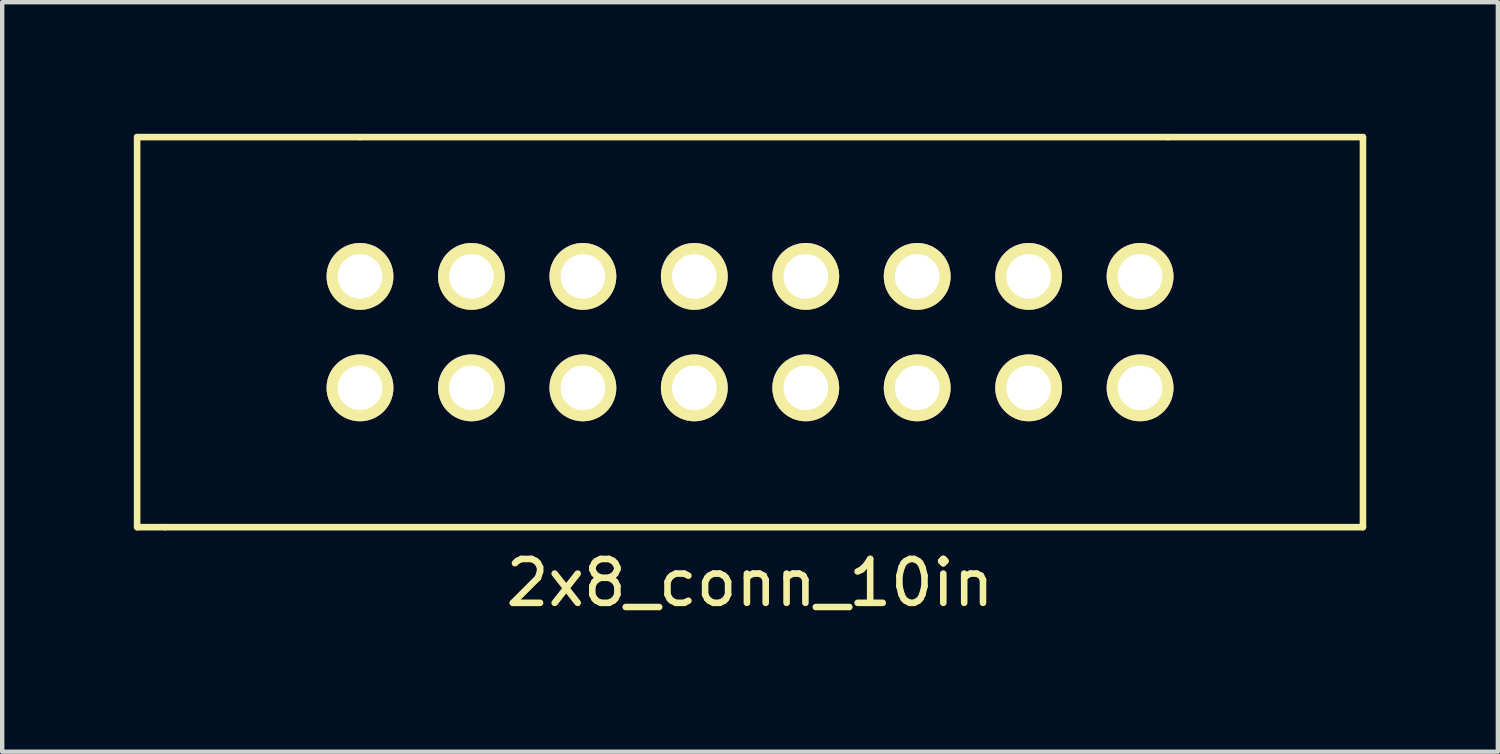
<source format=kicad_pcb>
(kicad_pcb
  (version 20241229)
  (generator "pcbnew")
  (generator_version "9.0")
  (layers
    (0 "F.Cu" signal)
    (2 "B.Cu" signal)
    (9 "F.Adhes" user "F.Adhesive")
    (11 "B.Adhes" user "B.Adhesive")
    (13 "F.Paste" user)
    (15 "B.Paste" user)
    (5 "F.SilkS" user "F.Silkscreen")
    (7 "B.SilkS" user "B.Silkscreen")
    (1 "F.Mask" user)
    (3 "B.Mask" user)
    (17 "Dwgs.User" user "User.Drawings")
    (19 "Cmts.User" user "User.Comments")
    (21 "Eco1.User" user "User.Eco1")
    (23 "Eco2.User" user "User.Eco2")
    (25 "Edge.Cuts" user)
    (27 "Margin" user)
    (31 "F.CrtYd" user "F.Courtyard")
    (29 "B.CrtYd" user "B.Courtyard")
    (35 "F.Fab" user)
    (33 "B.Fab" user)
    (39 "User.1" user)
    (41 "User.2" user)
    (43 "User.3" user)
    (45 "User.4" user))
  (footprint "2x8_conn_10in"
    (layer "F.Cu")
    (at 14.045 4.52)
    (property "Reference" "2x8_conn_10in" (at 0 5.715 0) (layer "F.SilkS") (effects (font (size 1 1) (thickness 0.15))))
    (attr through_hole)
    (fp_line (start -13.97 -4.445) (end -8.89 -4.445) (stroke (width 0.15) (type solid)) (layer "F.SilkS"))
    (fp_line (start -13.97 4.445) (end -13.97 -4.445) (stroke (width 0.15) (type solid)) (layer "F.SilkS"))
    (fp_line (start -13.335 4.445) (end -13.97 4.445) (stroke (width 0.15) (type solid)) (layer "F.SilkS"))
    (fp_line (start -8.89 -4.445) (end 9.525 -4.445) (stroke (width 0.15) (type solid)) (layer "F.SilkS"))
    (fp_line (start 9.525 -4.445) (end 13.97 -4.445) (stroke (width 0.15) (type solid)) (layer "F.SilkS"))
    (fp_line (start 13.97 -4.445) (end 13.97 4.445) (stroke (width 0.15) (type solid)) (layer "F.SilkS"))
    (fp_line (start 13.97 4.445) (end -13.335 4.445) (stroke (width 0.15) (type solid)) (layer "F.SilkS"))
    (pad "1" thru_hole circle (at -8.89 1.27) (size 1.524 1.524) (drill 1.016) (layers "*.Cu" "*.Mask" "F.SilkS"))
    (pad "2" thru_hole circle (at -8.89 -1.27) (size 1.524 1.524) (drill 1.016) (layers "*.Cu" "*.Mask" "F.SilkS"))
    (pad "3" thru_hole circle (at -6.35 1.27) (size 1.524 1.524) (drill 1.016) (layers "*.Cu" "*.Mask" "F.SilkS"))
    (pad "4" thru_hole circle (at -6.35 -1.27) (size 1.524 1.524) (drill 1.016) (layers "*.Cu" "*.Mask" "F.SilkS"))
    (pad "5" thru_hole circle (at -3.81 1.27) (size 1.524 1.524) (drill 1.016) (layers "*.Cu" "*.Mask" "F.SilkS"))
    (pad "6" thru_hole circle (at -3.81 -1.27) (size 1.524 1.524) (drill 1.016) (layers "*.Cu" "*.Mask" "F.SilkS"))
    (pad "7" thru_hole circle (at -1.27 1.27) (size 1.524 1.524) (drill 1.016) (layers "*.Cu" "*.Mask" "F.SilkS"))
    (pad "8" thru_hole circle (at -1.27 -1.27) (size 1.524 1.524) (drill 1.016) (layers "*.Cu" "*.Mask" "F.SilkS"))
    (pad "9" thru_hole circle (at 1.27 1.27) (size 1.524 1.524) (drill 1.016) (layers "*.Cu" "*.Mask" "F.SilkS"))
    (pad "10" thru_hole circle (at 1.27 -1.27) (size 1.524 1.524) (drill 1.016) (layers "*.Cu" "*.Mask" "F.SilkS"))
    (pad "11" thru_hole circle (at 3.81 1.27) (size 1.524 1.524) (drill 1.016) (layers "*.Cu" "*.Mask" "F.SilkS"))
    (pad "12" thru_hole circle (at 3.81 -1.27) (size 1.524 1.524) (drill 1.016) (layers "*.Cu" "*.Mask" "F.SilkS"))
    (pad "13" thru_hole circle (at 6.35 1.27) (size 1.524 1.524) (drill 1.016) (layers "*.Cu" "*.Mask" "F.SilkS"))
    (pad "14" thru_hole circle (at 6.35 -1.27) (size 1.524 1.524) (drill 1.016) (layers "*.Cu" "*.Mask" "F.SilkS"))
    (pad "15" thru_hole circle (at 8.89 1.27) (size 1.524 1.524) (drill 1.016) (layers "*.Cu" "*.Mask" "F.SilkS"))
    (pad "16" thru_hole circle (at 8.89 -1.27) (size 1.524 1.524) (drill 1.016) (layers "*.Cu" "*.Mask" "F.SilkS")))
  (gr_rect
    (start -3 -3)
    (end 31.09 14.083)
    (stroke (width 0.1) (type default))
    (fill no)
    (layer "Edge.Cuts")))
</source>
